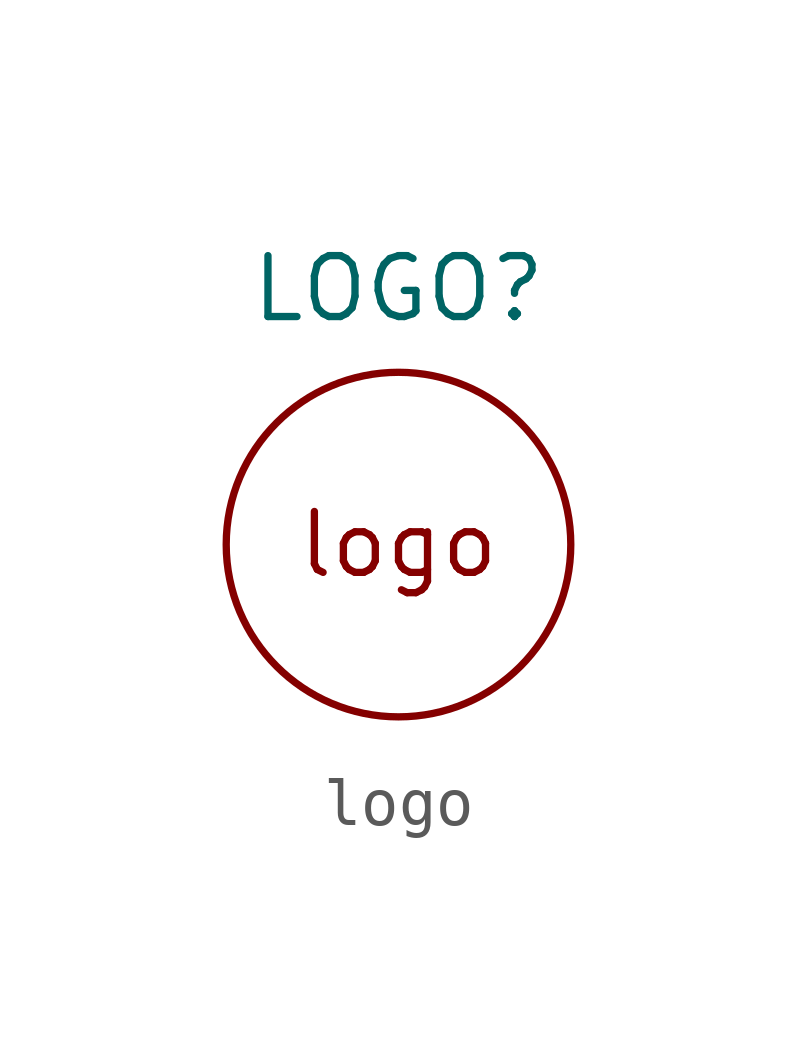
<source format=kicad_sym>
(kicad_symbol_lib
  (version 20231120)
  (generator "kicad_symbol_editor")
  (generator_version "8.0")
  (symbol "logo"
    (property "Reference" "LOGO"
      (at 0 5.334 0)
      (effects (font (size 1.27 1.27))))
    (property "Value" ""
      (at 1.27 -1.27 0)
      (effects (font (size 1.27 1.27))))
    (symbol "logo_0_1"
      (circle (center 0 0) (radius 3.592) (stroke (width 0) (type default)) (fill (type none))))
    (symbol "logo_1_1"
      (text "logo" (at 0 0 0) (effects (font (size 1.27 1.27)))))))
</source>
